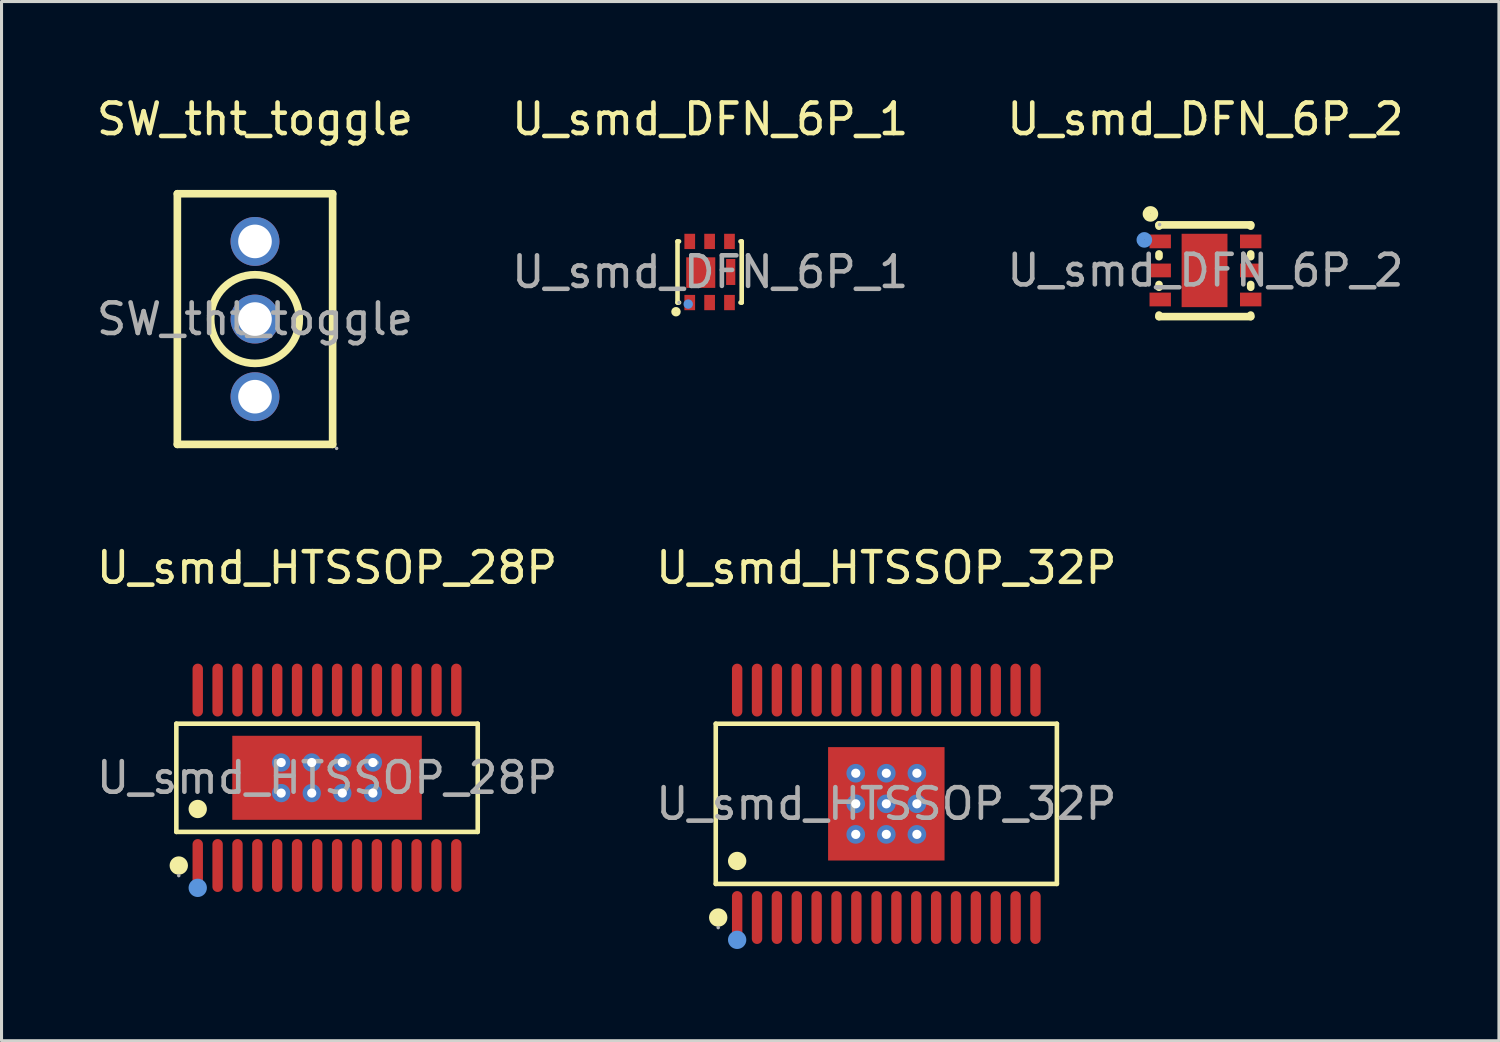
<source format=kicad_pcb>
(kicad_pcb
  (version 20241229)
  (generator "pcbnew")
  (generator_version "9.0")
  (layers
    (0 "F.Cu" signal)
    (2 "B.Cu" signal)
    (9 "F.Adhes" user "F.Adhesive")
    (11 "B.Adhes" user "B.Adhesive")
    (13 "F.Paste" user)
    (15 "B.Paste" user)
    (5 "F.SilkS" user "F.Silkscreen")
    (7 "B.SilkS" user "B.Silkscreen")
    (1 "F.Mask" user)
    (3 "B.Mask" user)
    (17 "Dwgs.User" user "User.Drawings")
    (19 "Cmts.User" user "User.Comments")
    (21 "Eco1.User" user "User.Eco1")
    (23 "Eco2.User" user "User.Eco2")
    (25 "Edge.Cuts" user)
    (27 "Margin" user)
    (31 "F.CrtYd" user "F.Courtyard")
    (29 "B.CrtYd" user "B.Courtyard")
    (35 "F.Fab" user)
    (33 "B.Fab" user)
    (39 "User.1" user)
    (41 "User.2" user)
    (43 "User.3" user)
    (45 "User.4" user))
  (footprint "U_smd_HTSSOP_28P"
    (layer "F.Cu")
    (at 7.649 22.396)
    (property "Reference" "U_smd_HTSSOP_28P" (at 0 -6.87 0) (layer "F.SilkS") (effects (font (size 1 1) (thickness 0.15))))
    (attr smd)
    (fp_line (start -4.93 -1.77) (end 4.93 -1.77) (stroke (width 0.15) (type solid)) (layer "F.SilkS"))
    (fp_line (start -4.93 1.77) (end -4.93 -1.77) (stroke (width 0.15) (type solid)) (layer "F.SilkS"))
    (fp_line (start 4.93 -1.77) (end 4.93 1.77) (stroke (width 0.15) (type solid)) (layer "F.SilkS"))
    (fp_line (start 4.93 1.77) (end -4.93 1.77) (stroke (width 0.15) (type solid)) (layer "F.SilkS"))
    (fp_circle (center -4.85 2.87) (end -4.7 2.87) (stroke (width 0.3) (type solid)) (fill no) (layer "F.SilkS"))
    (fp_circle (center -4.23 1.02) (end -4.08 1.02) (stroke (width 0.3) (type solid)) (fill no) (layer "F.SilkS"))
    (fp_circle (center -4.23 3.6) (end -4.08 3.6) (stroke (width 0.3) (type solid)) (fill no) (layer "Cmts.User"))
    (fp_circle (center -4.85 3.2) (end -4.82 3.2) (stroke (width 0.06) (type solid)) (fill no) (layer "F.Fab"))
    (fp_text user "${REFERENCE}" (at 0 0 0) (layer "F.Fab") (effects (font (size 1 1) (thickness 0.15))))
    (pad "" thru_hole circle (at -1.5 -0.5) (size 0.6 0.6) (drill 0.3) (layers "*.Cu" "*.Paste" "*.Mask"))
    (pad "" thru_hole circle (at -1.5 0.5) (size 0.6 0.6) (drill 0.3) (layers "*.Cu" "*.Paste" "*.Mask"))
    (pad "" thru_hole circle (at -0.5 -0.5) (size 0.6 0.6) (drill 0.3) (layers "*.Cu" "*.Paste" "*.Mask"))
    (pad "" thru_hole circle (at -0.5 0.5) (size 0.6 0.6) (drill 0.3) (layers "*.Cu" "*.Paste" "*.Mask"))
    (pad "" thru_hole circle (at 0.5 -0.5) (size 0.6 0.6) (drill 0.3) (layers "*.Cu" "*.Paste" "*.Mask"))
    (pad "" thru_hole circle (at 0.5 0.5) (size 0.6 0.6) (drill 0.3) (layers "*.Cu" "*.Paste" "*.Mask"))
    (pad "" thru_hole circle (at 1.5 -0.5) (size 0.6 0.6) (drill 0.3) (layers "*.Cu" "*.Paste" "*.Mask"))
    (pad "" thru_hole circle (at 1.5 0.5) (size 0.6 0.6) (drill 0.3) (layers "*.Cu" "*.Paste" "*.Mask"))
    (pad "1" smd oval (at -4.23 2.87) (size 0.34 1.73) (layers "F.Cu" "F.Mask" "F.Paste"))
    (pad "2" smd oval (at -3.58 2.87) (size 0.34 1.73) (layers "F.Cu" "F.Mask" "F.Paste"))
    (pad "3" smd oval (at -2.93 2.87) (size 0.34 1.73) (layers "F.Cu" "F.Mask" "F.Paste"))
    (pad "4" smd oval (at -2.28 2.87) (size 0.34 1.73) (layers "F.Cu" "F.Mask" "F.Paste"))
    (pad "5" smd oval (at -1.63 2.87) (size 0.34 1.73) (layers "F.Cu" "F.Mask" "F.Paste"))
    (pad "6" smd oval (at -0.98 2.87) (size 0.34 1.73) (layers "F.Cu" "F.Mask" "F.Paste"))
    (pad "7" smd oval (at -0.32 2.87) (size 0.34 1.73) (layers "F.Cu" "F.Mask" "F.Paste"))
    (pad "8" smd oval (at 0.33 2.87) (size 0.34 1.73) (layers "F.Cu" "F.Mask" "F.Paste"))
    (pad "9" smd oval (at 0.98 2.87) (size 0.34 1.73) (layers "F.Cu" "F.Mask" "F.Paste"))
    (pad "10" smd oval (at 1.63 2.87) (size 0.34 1.73) (layers "F.Cu" "F.Mask" "F.Paste"))
    (pad "11" smd oval (at 2.28 2.87) (size 0.34 1.73) (layers "F.Cu" "F.Mask" "F.Paste"))
    (pad "12" smd oval (at 2.93 2.87) (size 0.34 1.73) (layers "F.Cu" "F.Mask" "F.Paste"))
    (pad "13" smd oval (at 3.58 2.87) (size 0.34 1.73) (layers "F.Cu" "F.Mask" "F.Paste"))
    (pad "14" smd oval (at 4.23 2.87) (size 0.34 1.73) (layers "F.Cu" "F.Mask" "F.Paste"))
    (pad "15" smd oval (at 4.23 -2.87) (size 0.34 1.73) (layers "F.Cu" "F.Mask" "F.Paste"))
    (pad "16" smd oval (at 3.58 -2.87) (size 0.34 1.73) (layers "F.Cu" "F.Mask" "F.Paste"))
    (pad "17" smd oval (at 2.93 -2.87) (size 0.34 1.73) (layers "F.Cu" "F.Mask" "F.Paste"))
    (pad "18" smd oval (at 2.28 -2.87) (size 0.34 1.73) (layers "F.Cu" "F.Mask" "F.Paste"))
    (pad "19" smd oval (at 1.63 -2.87) (size 0.34 1.73) (layers "F.Cu" "F.Mask" "F.Paste"))
    (pad "20" smd oval (at 0.98 -2.87) (size 0.34 1.73) (layers "F.Cu" "F.Mask" "F.Paste"))
    (pad "21" smd oval (at 0.33 -2.87) (size 0.34 1.73) (layers "F.Cu" "F.Mask" "F.Paste"))
    (pad "22" smd oval (at -0.32 -2.87) (size 0.34 1.73) (layers "F.Cu" "F.Mask" "F.Paste"))
    (pad "23" smd oval (at -0.98 -2.87) (size 0.34 1.73) (layers "F.Cu" "F.Mask" "F.Paste"))
    (pad "24" smd oval (at -1.63 -2.87) (size 0.34 1.73) (layers "F.Cu" "F.Mask" "F.Paste"))
    (pad "25" smd oval (at -2.28 -2.87) (size 0.34 1.73) (layers "F.Cu" "F.Mask" "F.Paste"))
    (pad "26" smd oval (at -2.93 -2.87) (size 0.34 1.73) (layers "F.Cu" "F.Mask" "F.Paste"))
    (pad "27" smd oval (at -3.58 -2.87) (size 0.34 1.73) (layers "F.Cu" "F.Mask" "F.Paste"))
    (pad "28" smd oval (at -4.23 -2.87) (size 0.34 1.73) (layers "F.Cu" "F.Mask" "F.Paste"))
    (pad "29" smd rect (at 0 0) (size 6.2 2.75) (layers "F.Cu" "F.Mask" "F.Paste")))
  (footprint "U_smd_HTSSOP_32P"
    (layer "F.Cu")
    (at 25.946 23.247)
    (property "Reference" "U_smd_HTSSOP_32P" (at 0 -7.72 0) (layer "F.SilkS") (effects (font (size 1 1) (thickness 0.15))))
    (attr smd)
    (fp_line (start -5.58 -2.62) (end 5.58 -2.62) (stroke (width 0.15) (type solid)) (layer "F.SilkS"))
    (fp_line (start -5.58 2.62) (end -5.58 -2.62) (stroke (width 0.15) (type solid)) (layer "F.SilkS"))
    (fp_line (start 5.58 -2.62) (end 5.58 2.62) (stroke (width 0.15) (type solid)) (layer "F.SilkS"))
    (fp_line (start 5.58 2.62) (end -5.58 2.62) (stroke (width 0.15) (type solid)) (layer "F.SilkS"))
    (fp_circle (center -5.5 3.72) (end -5.35 3.72) (stroke (width 0.3) (type solid)) (fill no) (layer "F.SilkS"))
    (fp_circle (center -4.88 1.87) (end -4.73 1.87) (stroke (width 0.3) (type solid)) (fill no) (layer "F.SilkS"))
    (fp_circle (center -4.88 4.45) (end -4.73 4.45) (stroke (width 0.3) (type solid)) (fill no) (layer "Cmts.User"))
    (fp_circle (center -5.5 4.05) (end -5.47 4.05) (stroke (width 0.06) (type solid)) (fill no) (layer "F.Fab"))
    (fp_text user "${REFERENCE}" (at 0 0 0) (layer "F.Fab") (effects (font (size 1 1) (thickness 0.15))))
    (pad "" thru_hole circle (at -1 -1) (size 0.61 0.61) (drill 0.3) (layers "*.Cu" "*.Paste" "*.Mask"))
    (pad "" thru_hole circle (at -1 0) (size 0.61 0.61) (drill 0.3) (layers "*.Cu" "*.Paste" "*.Mask"))
    (pad "" thru_hole circle (at -1 1) (size 0.61 0.61) (drill 0.3) (layers "*.Cu" "*.Paste" "*.Mask"))
    (pad "" thru_hole circle (at 0 -1) (size 0.61 0.61) (drill 0.3) (layers "*.Cu" "*.Paste" "*.Mask"))
    (pad "" thru_hole circle (at 0 0) (size 0.61 0.61) (drill 0.3) (layers "*.Cu" "*.Paste" "*.Mask"))
    (pad "" thru_hole circle (at 0 1) (size 0.61 0.61) (drill 0.3) (layers "*.Cu" "*.Paste" "*.Mask"))
    (pad "" thru_hole circle (at 1 -1) (size 0.61 0.61) (drill 0.3) (layers "*.Cu" "*.Paste" "*.Mask"))
    (pad "" thru_hole circle (at 1 0) (size 0.61 0.61) (drill 0.3) (layers "*.Cu" "*.Paste" "*.Mask"))
    (pad "" thru_hole circle (at 1 1) (size 0.61 0.61) (drill 0.3) (layers "*.Cu" "*.Paste" "*.Mask"))
    (pad "1" smd oval (at -4.88 3.72) (size 0.34 1.73) (layers "F.Cu" "F.Mask" "F.Paste"))
    (pad "2" smd oval (at -4.23 3.72) (size 0.34 1.73) (layers "F.Cu" "F.Mask" "F.Paste"))
    (pad "3" smd oval (at -3.58 3.72) (size 0.34 1.73) (layers "F.Cu" "F.Mask" "F.Paste"))
    (pad "4" smd oval (at -2.93 3.72) (size 0.34 1.73) (layers "F.Cu" "F.Mask" "F.Paste"))
    (pad "5" smd oval (at -2.28 3.72) (size 0.34 1.73) (layers "F.Cu" "F.Mask" "F.Paste"))
    (pad "6" smd oval (at -1.63 3.72) (size 0.34 1.73) (layers "F.Cu" "F.Mask" "F.Paste"))
    (pad "7" smd oval (at -0.98 3.72) (size 0.34 1.73) (layers "F.Cu" "F.Mask" "F.Paste"))
    (pad "8" smd oval (at -0.32 3.72) (size 0.34 1.73) (layers "F.Cu" "F.Mask" "F.Paste"))
    (pad "9" smd oval (at 0.33 3.72) (size 0.34 1.73) (layers "F.Cu" "F.Mask" "F.Paste"))
    (pad "10" smd oval (at 0.98 3.72) (size 0.34 1.73) (layers "F.Cu" "F.Mask" "F.Paste"))
    (pad "11" smd oval (at 1.63 3.72) (size 0.34 1.73) (layers "F.Cu" "F.Mask" "F.Paste"))
    (pad "12" smd oval (at 2.28 3.72) (size 0.34 1.73) (layers "F.Cu" "F.Mask" "F.Paste"))
    (pad "13" smd oval (at 2.93 3.72) (size 0.34 1.73) (layers "F.Cu" "F.Mask" "F.Paste"))
    (pad "14" smd oval (at 3.58 3.72) (size 0.34 1.73) (layers "F.Cu" "F.Mask" "F.Paste"))
    (pad "15" smd oval (at 4.23 3.72) (size 0.34 1.73) (layers "F.Cu" "F.Mask" "F.Paste"))
    (pad "16" smd oval (at 4.88 3.72) (size 0.34 1.73) (layers "F.Cu" "F.Mask" "F.Paste"))
    (pad "17" smd oval (at 4.88 -3.72) (size 0.34 1.73) (layers "F.Cu" "F.Mask" "F.Paste"))
    (pad "18" smd oval (at 4.23 -3.72) (size 0.34 1.73) (layers "F.Cu" "F.Mask" "F.Paste"))
    (pad "19" smd oval (at 3.58 -3.72) (size 0.34 1.73) (layers "F.Cu" "F.Mask" "F.Paste"))
    (pad "20" smd oval (at 2.93 -3.72) (size 0.34 1.73) (layers "F.Cu" "F.Mask" "F.Paste"))
    (pad "21" smd oval (at 2.28 -3.72) (size 0.34 1.73) (layers "F.Cu" "F.Mask" "F.Paste"))
    (pad "22" smd oval (at 1.63 -3.72) (size 0.34 1.73) (layers "F.Cu" "F.Mask" "F.Paste"))
    (pad "23" smd oval (at 0.98 -3.72) (size 0.34 1.73) (layers "F.Cu" "F.Mask" "F.Paste"))
    (pad "24" smd oval (at 0.33 -3.72) (size 0.34 1.73) (layers "F.Cu" "F.Mask" "F.Paste"))
    (pad "25" smd oval (at -0.32 -3.72) (size 0.34 1.73) (layers "F.Cu" "F.Mask" "F.Paste"))
    (pad "26" smd oval (at -0.98 -3.72) (size 0.34 1.73) (layers "F.Cu" "F.Mask" "F.Paste"))
    (pad "27" smd oval (at -1.63 -3.72) (size 0.34 1.73) (layers "F.Cu" "F.Mask" "F.Paste"))
    (pad "28" smd oval (at -2.28 -3.72) (size 0.34 1.73) (layers "F.Cu" "F.Mask" "F.Paste"))
    (pad "29" smd oval (at -2.93 -3.72) (size 0.34 1.73) (layers "F.Cu" "F.Mask" "F.Paste"))
    (pad "30" smd oval (at -3.58 -3.72) (size 0.34 1.73) (layers "F.Cu" "F.Mask" "F.Paste"))
    (pad "31" smd oval (at -4.23 -3.72) (size 0.34 1.73) (layers "F.Cu" "F.Mask" "F.Paste"))
    (pad "32" smd oval (at -4.88 -3.72) (size 0.34 1.73) (layers "F.Cu" "F.Mask" "F.Paste"))
    (pad "33" smd rect (at 0 0) (size 3.81 3.71) (layers "F.Cu" "F.Mask" "F.Paste")))
  (footprint "U_smd_DFN_6P_2"
    (layer "F.Cu")
    (at 36.387 5.798)
    (property "Reference" "U_smd_DFN_6P_2" (at 0 -4.95 0) (layer "F.SilkS") (effects (font (size 1 1) (thickness 0.15))))
    (attr smd)
    (fp_line (start -1.52 -1.49) (end -1.52 -1.45) (stroke (width 0.25) (type solid)) (layer "F.SilkS"))
    (fp_line (start -1.52 -1.49) (end 1.48 -1.49) (stroke (width 0.25) (type solid)) (layer "F.SilkS"))
    (fp_line (start -1.52 -0.54) (end -1.52 -0.45) (stroke (width 0.25) (type solid)) (layer "F.SilkS"))
    (fp_line (start -1.52 0.46) (end -1.52 0.55) (stroke (width 0.25) (type solid)) (layer "F.SilkS"))
    (fp_line (start -1.52 1.46) (end -1.52 1.51) (stroke (width 0.25) (type solid)) (layer "F.SilkS"))
    (fp_line (start -1.52 1.51) (end 1.48 1.51) (stroke (width 0.25) (type solid)) (layer "F.SilkS"))
    (fp_line (start 1.48 -1.49) (end 1.48 -1.45) (stroke (width 0.25) (type solid)) (layer "F.SilkS"))
    (fp_line (start 1.48 -0.54) (end 1.48 -0.45) (stroke (width 0.25) (type solid)) (layer "F.SilkS"))
    (fp_line (start 1.48 0.46) (end 1.48 0.55) (stroke (width 0.25) (type solid)) (layer "F.SilkS"))
    (fp_line (start 1.48 1.46) (end 1.48 1.51) (stroke (width 0.25) (type solid)) (layer "F.SilkS"))
    (fp_circle (center -1.8 -1.85) (end -1.67 -1.85) (stroke (width 0.25) (type solid)) (fill no) (layer "F.SilkS"))
    (fp_circle (center -2 -1) (end -1.87 -1) (stroke (width 0.25) (type solid)) (fill no) (layer "Cmts.User"))
    (fp_circle (center -1.5 -1.5) (end -1.47 -1.5) (stroke (width 0.06) (type solid)) (fill no) (layer "F.Fab"))
    (fp_text user "${REFERENCE}" (at 0 0 0) (layer "F.Fab") (effects (font (size 1 1) (thickness 0.15))))
    (pad "1" smd rect (at -1.48 -0.95 270) (size 0.45 0.7) (layers "F.Cu" "F.Mask" "F.Paste"))
    (pad "2" smd rect (at -1.48 0 270) (size 0.45 0.7) (layers "F.Cu" "F.Mask" "F.Paste"))
    (pad "3" smd rect (at -1.48 0.95 270) (size 0.45 0.7) (layers "F.Cu" "F.Mask" "F.Paste"))
    (pad "4" smd rect (at 1.48 0.95 270) (size 0.45 0.7) (layers "F.Cu" "F.Mask" "F.Paste"))
    (pad "5" smd rect (at 1.48 0 270) (size 0.45 0.7) (layers "F.Cu" "F.Mask" "F.Paste"))
    (pad "6" smd rect (at 1.48 -0.95 270) (size 0.45 0.7) (layers "F.Cu" "F.Mask" "F.Paste"))
    (pad "7" smd rect (at -0.03 0 270) (size 2.4 1.5) (layers "F.Cu" "F.Mask" "F.Paste")))
  (footprint "U_smd_DFN_6P_1"
    (layer "F.Cu")
    (at 20.185 5.848)
    (property "Reference" "U_smd_DFN_6P_1" (at 0 -5 0) (layer "F.SilkS") (effects (font (size 1 1) (thickness 0.15))))
    (attr smd)
    (fp_line (start -1.07 -1) (end -1.02 -1) (stroke (width 0.15) (type solid)) (layer "F.SilkS"))
    (fp_line (start -1.07 1) (end -1.07 -1) (stroke (width 0.15) (type solid)) (layer "F.SilkS"))
    (fp_line (start -1.07 1) (end -1.02 1) (stroke (width 0.15) (type solid)) (layer "F.SilkS"))
    (fp_line (start 0.99 -1) (end 1.03 -1) (stroke (width 0.15) (type solid)) (layer "F.SilkS"))
    (fp_line (start 0.99 1) (end 1.03 1) (stroke (width 0.15) (type solid)) (layer "F.SilkS"))
    (fp_line (start 1.03 -1) (end 1.03 1) (stroke (width 0.15) (type solid)) (layer "F.SilkS"))
    (fp_circle (center -1.12 1.3) (end -1.04 1.3) (stroke (width 0.15) (type solid)) (fill no) (layer "F.SilkS"))
    (fp_circle (center -0.72 1.05) (end -0.64 1.05) (stroke (width 0.15) (type solid)) (fill no) (layer "Cmts.User"))
    (fp_circle (center -1.02 1) (end -0.99 1) (stroke (width 0.06) (type solid)) (fill no) (layer "F.Fab"))
    (fp_text user "${REFERENCE}" (at 0 0 0) (layer "F.Fab") (effects (font (size 1 1) (thickness 0.15))))
    (pad "1" smd rect (at -0.67 1) (size 0.35 0.5) (layers "F.Cu" "F.Mask" "F.Paste"))
    (pad "2" smd rect (at -0.02 1) (size 0.35 0.5) (layers "F.Cu" "F.Mask" "F.Paste"))
    (pad "3" smd rect (at 0.63 1) (size 0.35 0.5) (layers "F.Cu" "F.Mask" "F.Paste"))
    (pad "4" smd rect (at 0.63 -1) (size 0.35 0.5) (layers "F.Cu" "F.Mask" "F.Paste"))
    (pad "5" smd rect (at -0.02 -1) (size 0.35 0.5) (layers "F.Cu" "F.Mask" "F.Paste"))
    (pad "6" smd rect (at -0.67 -1) (size 0.35 0.5) (layers "F.Cu" "F.Mask" "F.Paste"))
    (pad "7" smd rect (at -0.31 0.02 180) (size 0.95 1) (layers "F.Cu" "F.Mask" "F.Paste"))
    (pad "8" smd rect (at 0.67 0 180) (size 0.3 0.85) (layers "F.Cu" "F.Mask" "F.Paste")))
  (footprint "SW_tht_toggle"
    (layer "F.Cu")
    (at 5.292 7.388)
    (property "Reference" "SW_tht_toggle" (at 0 -6.54 0) (layer "F.SilkS") (effects (font (size 1 1) (thickness 0.15))))
    (attr through_hole)
    (fp_line (start -2.54 -4.1) (end -2.54 4.1) (stroke (width 0.25) (type solid)) (layer "F.SilkS"))
    (fp_line (start -2.54 -4.1) (end 2.54 -4.1) (stroke (width 0.25) (type solid)) (layer "F.SilkS"))
    (fp_line (start -2.54 4.1) (end 2.54 4.1) (stroke (width 0.25) (type solid)) (layer "F.SilkS"))
    (fp_line (start 2.54 -4.1) (end 2.54 4.1) (stroke (width 0.25) (type solid)) (layer "F.SilkS"))
    (fp_circle (center 0 0) (end 1.45 0) (stroke (width 0.25) (type solid)) (fill no) (layer "F.SilkS"))
    (fp_circle (center 0 -2.54) (end 0.23 -2.54) (stroke (width 0.45) (type solid)) (fill no) (layer "F.Fab"))
    (fp_circle (center 0 0) (end 0.23 0) (stroke (width 0.45) (type solid)) (fill no) (layer "F.Fab"))
    (fp_circle (center 0 2.54) (end 0.23 2.54) (stroke (width 0.45) (type solid)) (fill no) (layer "F.Fab"))
    (fp_circle (center 2.67 4.23) (end 2.7 4.23) (stroke (width 0.06) (type solid)) (fill no) (layer "F.Fab"))
    (fp_text user "${REFERENCE}" (at 0 0 0) (layer "F.Fab") (effects (font (size 1 1) (thickness 0.15))))
    (pad "1" thru_hole circle (at 0 2.54) (size 1.6 1.6) (drill 1.1) (layers "*.Cu" "*.Mask"))
    (pad "2" thru_hole circle (at 0 0) (size 1.6 1.6) (drill 1.1) (layers "*.Cu" "*.Mask"))
    (pad "3" thru_hole circle (at 0 -2.54) (size 1.6 1.6) (drill 1.1) (layers "*.Cu" "*.Mask")))
  (gr_rect
    (start -3 -3)
    (end 45.988 30.997)
    (stroke (width 0.1) (type default))
    (fill no)
    (layer "Edge.Cuts")))
</source>
